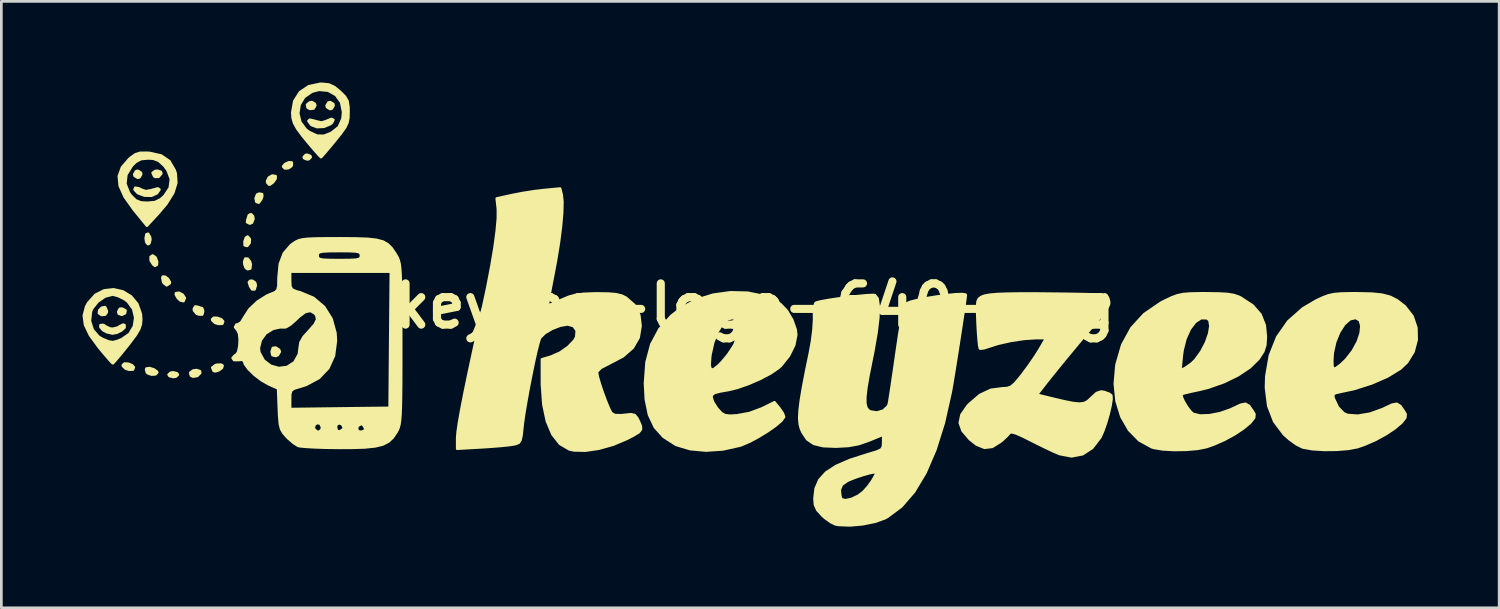
<source format=kicad_pcb>
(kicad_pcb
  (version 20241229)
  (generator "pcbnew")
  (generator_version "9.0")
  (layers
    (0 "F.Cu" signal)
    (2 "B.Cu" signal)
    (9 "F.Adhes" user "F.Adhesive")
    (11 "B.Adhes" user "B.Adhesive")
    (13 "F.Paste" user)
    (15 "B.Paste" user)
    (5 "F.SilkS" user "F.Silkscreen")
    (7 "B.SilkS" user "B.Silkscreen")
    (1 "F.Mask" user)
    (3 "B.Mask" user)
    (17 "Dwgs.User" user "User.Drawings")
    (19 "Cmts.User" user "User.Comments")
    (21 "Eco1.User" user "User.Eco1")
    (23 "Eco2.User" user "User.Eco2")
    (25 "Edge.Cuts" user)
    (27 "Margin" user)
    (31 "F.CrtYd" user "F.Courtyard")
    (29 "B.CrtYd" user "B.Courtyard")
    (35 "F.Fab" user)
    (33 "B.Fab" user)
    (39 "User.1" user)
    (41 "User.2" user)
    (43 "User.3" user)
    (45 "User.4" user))
  (footprint "keyzee-logo-640-neg"
    (layer "F.Cu")
    (at 24.859 8.26)
    (property "Reference" "keyzee-logo-640-neg" (at 0 0 0) (layer "F.SilkS") (effects (font (size 1.524 1.524) (thickness 0.3))))
    (attr through_hole)
    (fp_poly (pts (xy -23.27 0.171) (xy -23.29 0.268) (xy -23.406 0.324) (xy -23.519 0.283) (xy -23.537 0.212) (xy -23.476 0.105) (xy -23.389 0.101) (xy -23.27 0.171)) (stroke (width 0.1) (type solid)) (fill yes) (layer "F.SilkS"))
    (fp_poly (pts (xy -22.691 -4.868) (xy -22.758 -4.756) (xy -22.818 -4.741) (xy -22.93 -4.809) (xy -22.945 -4.868) (xy -22.877 -4.981) (xy -22.818 -4.995) (xy -22.705 -4.928) (xy -22.691 -4.868)) (stroke (width 0.1) (type solid)) (fill yes) (layer "F.SilkS"))
    (fp_poly (pts (xy -22.352 -2.45) (xy -22.388 -2.315) (xy -22.437 -2.286) (xy -22.5 -2.359) (xy -22.521 -2.503) (xy -22.494 -2.647) (xy -22.437 -2.667) (xy -22.366 -2.548) (xy -22.352 -2.45)) (stroke (width 0.1) (type solid)) (fill yes) (layer "F.SilkS"))
    (fp_poly (pts (xy -22.104 -1.638) (xy -22.112 -1.524) (xy -22.181 -1.487) (xy -22.247 -1.538) (xy -22.337 -1.684) (xy -22.339 -1.814) (xy -22.265 -1.863) (xy -22.162 -1.792) (xy -22.104 -1.638)) (stroke (width 0.1) (type solid)) (fill yes) (layer "F.SilkS"))
    (fp_poly (pts (xy -21.948 -4.895) (xy -22.047 -4.778) (xy -22.178 -4.773) (xy -22.209 -4.796) (xy -22.265 -4.917) (xy -22.17 -4.988) (xy -22.091 -4.995) (xy -21.964 -4.956) (xy -21.948 -4.895)) (stroke (width 0.1) (type solid)) (fill yes) (layer "F.SilkS"))
    (fp_poly (pts (xy -21.336 2.54) (xy -21.407 2.609) (xy -21.505 2.625) (xy -21.643 2.589) (xy -21.675 2.54) (xy -21.604 2.471) (xy -21.505 2.455) (xy -21.368 2.491) (xy -21.336 2.54)) (stroke (width 0.1) (type solid)) (fill yes) (layer "F.SilkS"))
    (fp_poly (pts (xy -20.51 2.477) (xy -20.615 2.584) (xy -20.771 2.611) (xy -20.851 2.573) (xy -20.876 2.47) (xy -20.773 2.39) (xy -20.647 2.371) (xy -20.521 2.412) (xy -20.51 2.477)) (stroke (width 0.1) (type solid)) (fill yes) (layer "F.SilkS"))
    (fp_poly (pts (xy -18.678 -2.474) (xy -18.684 -2.333) (xy -18.766 -2.227) (xy -18.782 -2.22) (xy -18.864 -2.247) (xy -18.867 -2.382) (xy -18.815 -2.527) (xy -18.754 -2.561) (xy -18.678 -2.474)) (stroke (width 0.1) (type solid)) (fill yes) (layer "F.SilkS"))
    (fp_poly (pts (xy -18.457 -0.762) (xy -18.499 -0.616) (xy -18.588 -0.616) (xy -18.66 -0.727) (xy -18.706 -0.877) (xy -18.662 -0.927) (xy -18.584 -0.931) (xy -18.481 -0.861) (xy -18.457 -0.762)) (stroke (width 0.1) (type solid)) (fill yes) (layer "F.SilkS"))
    (fp_poly (pts (xy -18.218 -4.049) (xy -18.255 -3.944) (xy -18.346 -3.821) (xy -18.43 -3.851) (xy -18.457 -3.979) (xy -18.404 -4.117) (xy -18.33 -4.149) (xy -18.223 -4.133) (xy -18.218 -4.049)) (stroke (width 0.1) (type solid)) (fill yes) (layer "F.SilkS"))
    (fp_poly (pts (xy -17.568 1.693) (xy -17.639 1.813) (xy -17.716 1.847) (xy -17.837 1.817) (xy -17.865 1.693) (xy -17.822 1.554) (xy -17.716 1.54) (xy -17.591 1.624) (xy -17.568 1.693)) (stroke (width 0.1) (type solid)) (fill yes) (layer "F.SilkS"))
    (fp_poly (pts (xy -16.425 -5.503) (xy -16.494 -5.428) (xy -16.552 -5.419) (xy -16.665 -5.464) (xy -16.679 -5.503) (xy -16.611 -5.578) (xy -16.552 -5.588) (xy -16.44 -5.542) (xy -16.425 -5.503)) (stroke (width 0.1) (type solid)) (fill yes) (layer "F.SilkS"))
    (fp_poly (pts (xy -16.256 -7.408) (xy -16.319 -7.302) (xy -16.453 -7.287) (xy -16.536 -7.335) (xy -16.556 -7.439) (xy -16.459 -7.521) (xy -16.378 -7.535) (xy -16.27 -7.467) (xy -16.256 -7.408)) (stroke (width 0.1) (type solid)) (fill yes) (layer "F.SilkS"))
    (fp_poly (pts (xy -15.579 -7.408) (xy -15.646 -7.296) (xy -15.706 -7.281) (xy -15.818 -7.349) (xy -15.833 -7.408) (xy -15.765 -7.521) (xy -15.706 -7.535) (xy -15.593 -7.468) (xy -15.579 -7.408)) (stroke (width 0.1) (type solid)) (fill yes) (layer "F.SilkS"))
    (fp_poly (pts (xy -23.961 0.226) (xy -24.023 0.319) (xy -24.152 0.332) (xy -24.251 0.264) (xy -24.239 0.161) (xy -24.144 0.067) (xy -24.037 0.044) (xy -24.016 0.057) (xy -23.964 0.185) (xy -23.961 0.226)) (stroke (width 0.1) (type solid)) (fill yes) (layer "F.SilkS"))
    (fp_poly (pts (xy -22.965 2.265) (xy -22.995 2.35) (xy -23.138 2.353) (xy -23.262 2.315) (xy -23.36 2.223) (xy -23.368 2.188) (xy -23.305 2.131) (xy -23.167 2.137) (xy -23.028 2.194) (xy -22.965 2.265)) (stroke (width 0.1) (type solid)) (fill yes) (layer "F.SilkS"))
    (fp_poly (pts (xy -21.632 -0.879) (xy -21.638 -0.837) (xy -21.746 -0.765) (xy -21.853 -0.846) (xy -21.879 -0.901) (xy -21.904 -1.041) (xy -21.89 -1.083) (xy -21.801 -1.078) (xy -21.694 -0.988) (xy -21.632 -0.879)) (stroke (width 0.1) (type solid)) (fill yes) (layer "F.SilkS"))
    (fp_poly (pts (xy -21.082 -0.287) (xy -21.127 -0.18) (xy -21.241 -0.206) (xy -21.338 -0.298) (xy -21.407 -0.422) (xy -21.403 -0.47) (xy -21.29 -0.485) (xy -21.156 -0.412) (xy -21.083 -0.3) (xy -21.082 -0.287)) (stroke (width 0.1) (type solid)) (fill yes) (layer "F.SilkS"))
    (fp_poly (pts (xy -19.683 2.205) (xy -19.708 2.291) (xy -19.823 2.375) (xy -19.954 2.414) (xy -20.013 2.396) (xy -20.06 2.278) (xy -19.944 2.191) (xy -19.897 2.177) (xy -19.74 2.171) (xy -19.683 2.205)) (stroke (width 0.1) (type solid)) (fill yes) (layer "F.SilkS"))
    (fp_poly (pts (xy -19.663 0.572) (xy -19.693 0.656) (xy -19.836 0.66) (xy -19.96 0.621) (xy -20.058 0.529) (xy -20.066 0.495) (xy -20.003 0.438) (xy -19.865 0.444) (xy -19.726 0.5) (xy -19.663 0.572)) (stroke (width 0.1) (type solid)) (fill yes) (layer "F.SilkS"))
    (fp_poly (pts (xy -18.642 -1.539) (xy -18.661 -1.385) (xy -18.755 -1.361) (xy -18.824 -1.411) (xy -18.872 -1.535) (xy -18.881 -1.63) (xy -18.841 -1.747) (xy -18.754 -1.744) (xy -18.67 -1.639) (xy -18.642 -1.539)) (stroke (width 0.1) (type solid)) (fill yes) (layer "F.SilkS"))
    (fp_poly (pts (xy -22.098 2.461) (xy -22.164 2.526) (xy -22.306 2.535) (xy -22.444 2.488) (xy -22.482 2.45) (xy -22.506 2.336) (xy -22.494 2.315) (xy -22.383 2.299) (xy -22.226 2.347) (xy -22.112 2.426) (xy -22.098 2.461)) (stroke (width 0.1) (type solid)) (fill yes) (layer "F.SilkS"))
    (fp_poly (pts (xy -18.542 -3.217) (xy -18.599 -3.076) (xy -18.678 -3.048) (xy -18.774 -3.098) (xy -18.763 -3.182) (xy -18.718 -3.317) (xy -18.711 -3.351) (xy -18.646 -3.386) (xy -18.627 -3.387) (xy -18.558 -3.316) (xy -18.542 -3.217)) (stroke (width 0.1) (type solid)) (fill yes) (layer "F.SilkS"))
    (fp_poly (pts (xy -17.722 -4.796) (xy -17.726 -4.703) (xy -17.812 -4.579) (xy -17.925 -4.494) (xy -17.96 -4.487) (xy -18.025 -4.556) (xy -18.034 -4.617) (xy -17.973 -4.743) (xy -17.843 -4.818) (xy -17.723 -4.798) (xy -17.722 -4.796)) (stroke (width 0.1) (type solid)) (fill yes) (layer "F.SilkS"))
    (fp_poly (pts (xy -17.124 -5.299) (xy -17.124 -5.204) (xy -17.142 -5.17) (xy -17.248 -5.095) (xy -17.376 -5.087) (xy -17.441 -5.152) (xy -17.441 -5.156) (xy -17.375 -5.242) (xy -17.239 -5.306) (xy -17.129 -5.303) (xy -17.124 -5.299)) (stroke (width 0.1) (type solid)) (fill yes) (layer "F.SilkS"))
    (fp_poly (pts (xy -20.405 0.212) (xy -20.436 0.316) (xy -20.557 0.312) (xy -20.637 0.283) (xy -20.733 0.171) (xy -20.743 0.111) (xy -20.69 0.022) (xy -20.609 0.033) (xy -20.474 0.078) (xy -20.44 0.085) (xy -20.409 0.154) (xy -20.405 0.212)) (stroke (width 0.1) (type solid)) (fill yes) (layer "F.SilkS"))
    (fp_poly (pts (xy -22.017 -4.303) (xy -22.102 -4.179) (xy -22.115 -4.166) (xy -22.306 -4.078) (xy -22.56 -4.08) (xy -22.799 -4.168) (xy -22.823 -4.184) (xy -22.933 -4.304) (xy -22.907 -4.368) (xy -22.776 -4.345) (xy -22.701 -4.305) (xy -22.52 -4.239) (xy -22.305 -4.278) (xy -22.269 -4.291) (xy -22.075 -4.342) (xy -22.017 -4.303)) (stroke (width 0.1) (type solid)) (fill yes) (layer "F.SilkS"))
    (fp_poly (pts (xy -15.586 -6.878) (xy -15.638 -6.777) (xy -15.701 -6.724) (xy -15.933 -6.626) (xy -16.189 -6.614) (xy -16.392 -6.691) (xy -16.408 -6.706) (xy -16.505 -6.836) (xy -16.458 -6.882) (xy -16.275 -6.839) (xy -16.254 -6.831) (xy -16.027 -6.778) (xy -15.847 -6.83) (xy -15.823 -6.845) (xy -15.657 -6.911) (xy -15.586 -6.878)) (stroke (width 0.1) (type solid)) (fill yes) (layer "F.SilkS"))
    (fp_poly (pts (xy -23.306 0.711) (xy -23.309 0.8) (xy -23.422 0.904) (xy -23.593 0.987) (xy -23.749 1.016) (xy -23.962 0.966) (xy -24.093 0.896) (xy -24.194 0.782) (xy -24.192 0.711) (xy -24.087 0.704) (xy -24.027 0.746) (xy -23.863 0.83) (xy -23.749 0.847) (xy -23.555 0.802) (xy -23.471 0.746) (xy -23.353 0.692) (xy -23.306 0.711)) (stroke (width 0.1) (type solid)) (fill yes) (layer "F.SilkS"))
    (fp_poly (pts (xy -21.393 -4.552) (xy -21.506 -4.183) (xy -21.589 -4.05) (xy -21.589 -4.689) (xy -21.713 -5.021) (xy -21.835 -5.183) (xy -22.035 -5.368) (xy -22.241 -5.445) (xy -22.437 -5.457) (xy -22.7 -5.431) (xy -22.895 -5.325) (xy -23.038 -5.183) (xy -23.241 -4.853) (xy -23.277 -4.514) (xy -23.145 -4.179) (xy -23.064 -4.07) (xy -22.89 -3.9) (xy -22.7 -3.825) (xy -22.465 -3.81) (xy -22.179 -3.837) (xy -21.969 -3.941) (xy -21.837 -4.057) (xy -21.631 -4.363) (xy -21.589 -4.689) (xy -21.589 -4.05) (xy -21.762 -3.773) (xy -22.069 -3.411) (xy -22.479 -2.97) (xy -22.963 -3.564) (xy -23.297 -4.032) (xy -23.48 -4.438) (xy -23.514 -4.797) (xy -23.398 -5.123) (xy -23.135 -5.429) (xy -23.086 -5.472) (xy -22.903 -5.603) (xy -22.721 -5.659) (xy -22.466 -5.66) (xy -22.376 -5.654) (xy -21.953 -5.559) (xy -21.65 -5.351) (xy -21.455 -5.018) (xy -21.416 -4.894) (xy -21.393 -4.552)) (stroke (width 0.1) (type solid)) (fill yes) (layer "F.SilkS"))
    (fp_poly (pts (xy -22.691 0.491) (xy -22.706 0.676) (xy -22.765 0.854) (xy -22.889 1.065) (xy -22.907 1.089) (xy -22.907 0.431) (xy -22.982 0.112) (xy -23.182 -0.162) (xy -23.313 -0.26) (xy -23.538 -0.37) (xy -23.733 -0.422) (xy -23.749 -0.423) (xy -24.029 -0.35) (xy -24.3 -0.163) (xy -24.502 0.09) (xy -24.549 0.198) (xy -24.588 0.554) (xy -24.485 0.884) (xy -24.26 1.142) (xy -24.112 1.227) (xy -23.89 1.317) (xy -23.738 1.341) (xy -23.573 1.299) (xy -23.405 1.231) (xy -23.121 1.033) (xy -22.954 0.752) (xy -22.907 0.431) (xy -22.907 1.089) (xy -23.099 1.348) (xy -23.2 1.476) (xy -23.42 1.75) (xy -23.6 1.965) (xy -23.714 2.094) (xy -23.74 2.117) (xy -23.804 2.056) (xy -23.949 1.892) (xy -24.148 1.656) (xy -24.258 1.523) (xy -24.581 1.079) (xy -24.763 0.699) (xy -24.809 0.358) (xy -24.726 0.035) (xy -24.648 -0.111) (xy -24.381 -0.41) (xy -24.058 -0.573) (xy -23.71 -0.612) (xy -23.369 -0.535) (xy -23.067 -0.352) (xy -22.836 -0.074) (xy -22.707 0.291) (xy -22.691 0.491)) (stroke (width 0.1) (type solid)) (fill yes) (layer "F.SilkS"))
    (fp_poly (pts (xy -15.028 -7.175) (xy -15.035 -6.949) (xy -15.07 -6.772) (xy -15.153 -6.598) (xy -15.223 -6.5) (xy -15.223 -7.167) (xy -15.295 -7.528) (xy -15.49 -7.8) (xy -15.776 -7.962) (xy -16.119 -7.993) (xy -16.379 -7.924) (xy -16.668 -7.724) (xy -16.838 -7.442) (xy -16.887 -7.12) (xy -16.812 -6.801) (xy -16.61 -6.525) (xy -16.48 -6.428) (xy -16.191 -6.293) (xy -15.934 -6.287) (xy -15.662 -6.393) (xy -15.386 -6.611) (xy -15.247 -6.919) (xy -15.223 -7.167) (xy -15.223 -6.5) (xy -15.307 -6.381) (xy -15.525 -6.11) (xy -15.743 -5.846) (xy -15.918 -5.64) (xy -16.024 -5.521) (xy -16.044 -5.503) (xy -16.105 -5.563) (xy -16.245 -5.719) (xy -16.434 -5.939) (xy -16.442 -5.948) (xy -16.729 -6.296) (xy -16.92 -6.555) (xy -17.033 -6.759) (xy -17.087 -6.941) (xy -17.102 -7.137) (xy -17.102 -7.152) (xy -17.028 -7.572) (xy -16.82 -7.9) (xy -16.497 -8.118) (xy -16.075 -8.208) (xy -16.022 -8.21) (xy -15.761 -8.186) (xy -15.548 -8.089) (xy -15.345 -7.923) (xy -15.158 -7.735) (xy -15.064 -7.57) (xy -15.031 -7.353) (xy -15.028 -7.175)) (stroke (width 0.1) (type solid)) (fill yes) (layer "F.SilkS"))
    (fp_poly (pts (xy 1.522 1.064) (xy 1.448 1.444) (xy 1.252 1.842) (xy 0.964 2.202) (xy 0.867 2.291) (xy 0.583 2.486) (xy 0.193 2.692) (xy -0.243 2.881) (xy -0.606 3.008) (xy -0.606 0.834) (xy -0.639 0.596) (xy -0.742 0.455) (xy -0.789 0.438) (xy -1 0.479) (xy -1.207 0.661) (xy -1.394 0.96) (xy -1.547 1.347) (xy -1.648 1.796) (xy -1.66 1.891) (xy -1.68 2.197) (xy -1.641 2.348) (xy -1.534 2.348) (xy -1.349 2.202) (xy -1.214 2.065) (xy -0.996 1.8) (xy -0.801 1.508) (xy -0.754 1.424) (xy -0.644 1.125) (xy -0.606 0.834) (xy -0.606 3.008) (xy -0.666 3.029) (xy -0.96 3.1) (xy -1.288 3.158) (xy -1.482 3.208) (xy -1.577 3.265) (xy -1.607 3.343) (xy -1.609 3.382) (xy -1.556 3.547) (xy -1.426 3.756) (xy -1.382 3.813) (xy -1.24 3.966) (xy -1.108 4.041) (xy -0.922 4.06) (xy -0.674 4.047) (xy -0.205 3.962) (xy 0.254 3.791) (xy 0.263 3.787) (xy 0.718 3.562) (xy 0.906 3.792) (xy 1.026 3.968) (xy 1.072 4.096) (xy 1.071 4.106) (xy 0.972 4.242) (xy 0.757 4.425) (xy 0.465 4.631) (xy 0.132 4.835) (xy -0.202 5.014) (xy -0.502 5.142) (xy -0.56 5.161) (xy -1.184 5.3) (xy -1.812 5.343) (xy -2.397 5.289) (xy -2.893 5.14) (xy -2.949 5.114) (xy -3.383 4.834) (xy -3.702 4.477) (xy -3.916 4.022) (xy -4.033 3.453) (xy -4.064 2.854) (xy -4.007 2.081) (xy -3.831 1.419) (xy -3.528 0.852) (xy -3.09 0.364) (xy -2.706 0.066) (xy -2.162 -0.224) (xy -1.549 -0.414) (xy -0.907 -0.502) (xy -0.273 -0.487) (xy 0.317 -0.368) (xy 0.823 -0.143) (xy 0.946 -0.06) (xy 1.179 0.185) (xy 1.376 0.52) (xy 1.499 0.871) (xy 1.522 1.064)) (stroke (width 0.1) (type solid)) (fill yes) (layer "F.SilkS"))
    (fp_poly (pts (xy 24.457 1.252) (xy 24.341 1.69) (xy 24.1 2.083) (xy 23.856 2.313) (xy 23.383 2.603) (xy 22.796 2.86) (xy 22.418 2.98) (xy 22.418 0.735) (xy 22.361 0.535) (xy 22.211 0.44) (xy 22.205 0.439) (xy 21.991 0.488) (xy 21.782 0.674) (xy 21.594 0.964) (xy 21.446 1.326) (xy 21.355 1.728) (xy 21.336 2.008) (xy 21.344 2.232) (xy 21.379 2.322) (xy 21.459 2.309) (xy 21.484 2.296) (xy 21.64 2.182) (xy 21.828 2.005) (xy 21.856 1.976) (xy 22.101 1.661) (xy 22.282 1.329) (xy 22.39 1.01) (xy 22.418 0.735) (xy 22.418 2.98) (xy 22.151 3.065) (xy 21.649 3.173) (xy 21.443 3.22) (xy 21.368 3.288) (xy 21.386 3.412) (xy 21.545 3.748) (xy 21.761 3.97) (xy 21.902 4.033) (xy 22.28 4.06) (xy 22.73 3.985) (xy 23.195 3.818) (xy 23.279 3.778) (xy 23.549 3.651) (xy 23.722 3.619) (xy 23.851 3.697) (xy 23.99 3.899) (xy 24.048 3.997) (xy 24.036 4.133) (xy 23.894 4.313) (xy 23.648 4.52) (xy 23.326 4.735) (xy 22.953 4.94) (xy 22.556 5.116) (xy 22.28 5.213) (xy 21.943 5.279) (xy 21.51 5.314) (xy 21.045 5.319) (xy 20.611 5.292) (xy 20.271 5.233) (xy 20.235 5.223) (xy 20.015 5.111) (xy 19.749 4.919) (xy 19.551 4.742) (xy 19.195 4.268) (xy 18.975 3.696) (xy 18.891 3.022) (xy 18.903 2.604) (xy 19.036 1.829) (xy 19.308 1.149) (xy 19.715 0.568) (xy 20.254 0.091) (xy 20.737 -0.193) (xy 20.989 -0.312) (xy 21.198 -0.39) (xy 21.412 -0.436) (xy 21.677 -0.458) (xy 22.041 -0.465) (xy 22.267 -0.465) (xy 22.786 -0.454) (xy 23.177 -0.415) (xy 23.481 -0.335) (xy 23.737 -0.204) (xy 23.987 -0.01) (xy 24.032 0.031) (xy 24.306 0.386) (xy 24.447 0.805) (xy 24.457 1.252)) (stroke (width 0.1) (type solid)) (fill yes) (layer "F.SilkS"))
    (fp_poly (pts (xy 18.881 1.132) (xy 18.862 1.445) (xy 18.787 1.681) (xy 18.624 1.934) (xy 18.602 1.962) (xy 18.294 2.266) (xy 17.857 2.558) (xy 17.332 2.814) (xy 16.836 2.989) (xy 16.836 0.745) (xy 16.804 0.538) (xy 16.716 0.452) (xy 16.492 0.447) (xy 16.272 0.588) (xy 16.073 0.85) (xy 15.91 1.209) (xy 15.8 1.642) (xy 15.77 1.874) (xy 15.723 2.39) (xy 15.922 2.283) (xy 16.137 2.132) (xy 16.276 1.998) (xy 16.499 1.69) (xy 16.674 1.355) (xy 16.789 1.029) (xy 16.836 0.745) (xy 16.836 2.989) (xy 16.761 3.016) (xy 16.427 3.098) (xy 16.122 3.163) (xy 15.888 3.219) (xy 15.77 3.254) (xy 15.764 3.258) (xy 15.769 3.358) (xy 15.848 3.536) (xy 15.969 3.738) (xy 16.101 3.91) (xy 16.195 3.992) (xy 16.447 4.053) (xy 16.798 4.042) (xy 17.193 3.965) (xy 17.582 3.83) (xy 17.685 3.781) (xy 17.956 3.653) (xy 18.131 3.619) (xy 18.26 3.694) (xy 18.397 3.891) (xy 18.46 3.997) (xy 18.448 4.133) (xy 18.306 4.313) (xy 18.06 4.52) (xy 17.738 4.735) (xy 17.365 4.94) (xy 16.968 5.116) (xy 16.692 5.213) (xy 16.361 5.279) (xy 15.942 5.315) (xy 15.493 5.322) (xy 15.073 5.298) (xy 14.743 5.244) (xy 14.668 5.221) (xy 14.205 4.967) (xy 13.828 4.584) (xy 13.546 4.093) (xy 13.368 3.518) (xy 13.303 2.88) (xy 13.361 2.202) (xy 13.367 2.168) (xy 13.578 1.439) (xy 13.917 0.819) (xy 14.389 0.303) (xy 14.998 -0.114) (xy 15.155 -0.196) (xy 15.405 -0.313) (xy 15.613 -0.391) (xy 15.826 -0.436) (xy 16.092 -0.458) (xy 16.458 -0.465) (xy 16.679 -0.465) (xy 17.139 -0.459) (xy 17.468 -0.44) (xy 17.704 -0.401) (xy 17.886 -0.338) (xy 17.949 -0.307) (xy 18.393 -0.016) (xy 18.684 0.316) (xy 18.841 0.716) (xy 18.881 1.132)) (stroke (width 0.1) (type solid)) (fill yes) (layer "F.SilkS"))
    (fp_poly (pts (xy 13.178 3.438) (xy 13.141 3.682) (xy 13.069 3.992) (xy 12.974 4.322) (xy 12.868 4.624) (xy 12.765 4.854) (xy 12.761 4.86) (xy 12.465 5.245) (xy 12.107 5.479) (xy 11.701 5.556) (xy 11.261 5.471) (xy 11.251 5.467) (xy 11.033 5.374) (xy 10.723 5.228) (xy 10.376 5.057) (xy 10.271 5.004) (xy 9.899 4.818) (xy 9.649 4.707) (xy 9.495 4.665) (xy 9.412 4.682) (xy 9.384 4.72) (xy 9.306 4.809) (xy 9.145 4.957) (xy 9.074 5.016) (xy 8.77 5.205) (xy 8.483 5.24) (xy 8.187 5.119) (xy 7.938 4.921) (xy 7.674 4.612) (xy 7.572 4.32) (xy 7.633 4.022) (xy 7.856 3.7) (xy 7.921 3.631) (xy 8.317 3.291) (xy 8.721 3.103) (xy 9.141 3.048) (xy 9.323 3.038) (xy 9.464 2.988) (xy 9.605 2.869) (xy 9.788 2.654) (xy 9.885 2.531) (xy 10.124 2.209) (xy 10.357 1.871) (xy 10.527 1.6) (xy 10.767 1.185) (xy 10.394 1.185) (xy 9.949 1.214) (xy 9.447 1.29) (xy 8.971 1.398) (xy 8.689 1.489) (xy 8.475 1.558) (xy 8.335 1.577) (xy 8.315 1.57) (xy 8.293 1.472) (xy 8.268 1.241) (xy 8.245 0.917) (xy 8.23 0.644) (xy 8.215 0.249) (xy 8.213 -0.011) (xy 8.231 -0.169) (xy 8.274 -0.261) (xy 8.348 -0.32) (xy 8.389 -0.342) (xy 8.505 -0.383) (xy 8.691 -0.415) (xy 8.964 -0.438) (xy 9.338 -0.452) (xy 9.829 -0.459) (xy 10.452 -0.458) (xy 11.221 -0.45) (xy 11.611 -0.445) (xy 12.129 -0.436) (xy 12.502 -0.426) (xy 12.756 -0.411) (xy 12.915 -0.387) (xy 13.003 -0.35) (xy 13.047 -0.298) (xy 13.068 -0.234) (xy 13.087 -0.157) (xy 13.088 -0.086) (xy 13.058 -0.000098) (xy 12.983 0.121) (xy 12.851 0.297) (xy 12.646 0.55) (xy 12.355 0.898) (xy 12.103 1.197) (xy 11.77 1.596) (xy 11.433 2.005) (xy 11.127 2.38) (xy 10.888 2.677) (xy 10.854 2.72) (xy 10.415 3.282) (xy 10.943 3.411) (xy 11.417 3.524) (xy 11.758 3.592) (xy 11.998 3.615) (xy 12.168 3.593) (xy 12.299 3.525) (xy 12.423 3.412) (xy 12.442 3.391) (xy 12.631 3.22) (xy 12.791 3.166) (xy 12.907 3.181) (xy 13.086 3.247) (xy 13.169 3.307) (xy 13.178 3.438)) (stroke (width 0.1) (type solid)) (fill yes) (layer "F.SilkS"))
    (fp_poly (pts (xy -4.216 4.561) (xy -4.299 4.666) (xy -4.493 4.785) (xy -4.739 4.912) (xy -5.246 5.126) (xy -5.771 5.273) (xy -6.267 5.346) (xy -6.69 5.337) (xy -6.868 5.297) (xy -7.21 5.095) (xy -7.485 4.746) (xy -7.69 4.259) (xy -7.821 3.642) (xy -7.873 2.907) (xy -7.874 2.79) (xy -7.874 1.974) (xy -7.539 1.874) (xy -7.213 1.731) (xy -6.909 1.52) (xy -6.683 1.285) (xy -6.606 1.15) (xy -6.586 0.912) (xy -6.703 0.742) (xy -6.924 0.679) (xy -7.202 0.726) (xy -7.502 0.843) (xy -7.767 0.999) (xy -7.937 1.166) (xy -7.957 1.202) (xy -8.014 1.386) (xy -8.092 1.7) (xy -8.183 2.11) (xy -8.279 2.58) (xy -8.375 3.074) (xy -8.462 3.557) (xy -8.535 3.991) (xy -8.585 4.342) (xy -8.598 4.458) (xy -8.631 4.772) (xy -8.67 4.957) (xy -8.732 5.052) (xy -8.838 5.098) (xy -8.921 5.116) (xy -9.116 5.144) (xy -9.431 5.175) (xy -9.817 5.205) (xy -10.097 5.223) (xy -11.007 5.275) (xy -11.007 4.887) (xy -10.99 4.663) (xy -10.939 4.311) (xy -10.853 3.825) (xy -10.731 3.199) (xy -10.571 2.427) (xy -10.372 1.505) (xy -10.133 0.425) (xy -10.086 0.212) (xy -9.9 -0.653) (xy -9.747 -1.449) (xy -9.627 -2.159) (xy -9.545 -2.764) (xy -9.502 -3.244) (xy -9.502 -3.583) (xy -9.505 -3.611) (xy -9.546 -3.971) (xy -8.985 -4.096) (xy -8.587 -4.173) (xy -8.134 -4.243) (xy -7.815 -4.281) (xy -7.205 -4.339) (xy -7.148 -4.112) (xy -7.121 -3.846) (xy -7.131 -3.443) (xy -7.176 -2.929) (xy -7.253 -2.33) (xy -7.36 -1.673) (xy -7.444 -1.228) (xy -7.526 -0.803) (xy -7.594 -0.443) (xy -7.641 -0.177) (xy -7.662 -0.035) (xy -7.662 -0.02) (xy -7.584 -0.041) (xy -7.394 -0.117) (xy -7.146 -0.227) (xy -6.872 -0.341) (xy -6.619 -0.41) (xy -6.329 -0.446) (xy -5.941 -0.46) (xy -5.842 -0.461) (xy -5.426 -0.456) (xy -5.136 -0.431) (xy -4.929 -0.381) (xy -4.774 -0.306) (xy -4.458 -0.03) (xy -4.28 0.339) (xy -4.233 0.735) (xy -4.304 1.17) (xy -4.52 1.543) (xy -4.887 1.863) (xy -5.397 2.13) (xy -5.7 2.286) (xy -5.835 2.427) (xy -5.842 2.466) (xy -5.812 2.629) (xy -5.734 2.895) (xy -5.626 3.213) (xy -5.508 3.531) (xy -5.398 3.796) (xy -5.314 3.958) (xy -5.307 3.967) (xy -5.173 4.038) (xy -4.923 4.041) (xy -4.825 4.029) (xy -4.584 4.005) (xy -4.448 4.035) (xy -4.357 4.146) (xy -4.296 4.268) (xy -4.223 4.44) (xy -4.216 4.561)) (stroke (width 0.1) (type solid)) (fill yes) (layer "F.SilkS"))
    (fp_poly (pts (xy 7.789 -0.406) (xy 7.777 -0.29) (xy 7.742 -0.038) (xy 7.689 0.319) (xy 7.624 0.751) (xy 7.551 1.227) (xy 7.475 1.716) (xy 7.4 2.187) (xy 7.332 2.609) (xy 7.275 2.952) (xy 7.235 3.175) (xy 6.979 4.317) (xy 6.666 5.315) (xy 6.299 6.166) (xy 5.88 6.865) (xy 5.41 7.41) (xy 4.892 7.796) (xy 4.802 7.844) (xy 4.487 7.958) (xy 4.487 6.15) (xy 4.416 6.142) (xy 4.233 6.179) (xy 3.987 6.248) (xy 3.724 6.335) (xy 3.491 6.426) (xy 3.408 6.466) (xy 3.209 6.606) (xy 3.136 6.78) (xy 3.133 6.846) (xy 3.153 7.042) (xy 3.196 7.147) (xy 3.341 7.186) (xy 3.565 7.138) (xy 3.812 7.022) (xy 4.005 6.878) (xy 4.18 6.682) (xy 4.343 6.455) (xy 4.457 6.252) (xy 4.487 6.15) (xy 4.487 7.958) (xy 4.438 7.975) (xy 3.981 8.067) (xy 3.507 8.109) (xy 3.089 8.092) (xy 2.984 8.074) (xy 2.809 7.991) (xy 2.588 7.832) (xy 2.497 7.752) (xy 2.306 7.543) (xy 2.219 7.346) (xy 2.201 7.119) (xy 2.244 6.748) (xy 2.381 6.432) (xy 2.628 6.159) (xy 2.999 5.918) (xy 3.508 5.696) (xy 4.171 5.483) (xy 4.255 5.459) (xy 4.525 5.377) (xy 4.671 5.304) (xy 4.73 5.206) (xy 4.741 5.05) (xy 4.741 5.038) (xy 4.741 4.753) (xy 4.212 4.971) (xy 3.835 5.102) (xy 3.459 5.172) (xy 3.002 5.197) (xy 2.992 5.197) (xy 2.518 5.178) (xy 2.175 5.094) (xy 1.931 4.929) (xy 1.757 4.668) (xy 1.699 4.532) (xy 1.655 4.364) (xy 1.638 4.147) (xy 1.651 3.863) (xy 1.697 3.491) (xy 1.777 3.011) (xy 1.893 2.405) (xy 2.032 1.736) (xy 2.111 1.296) (xy 2.165 0.864) (xy 2.187 0.505) (xy 2.185 0.403) (xy 2.186 0.074) (xy 2.232 -0.097) (xy 2.264 -0.123) (xy 2.431 -0.166) (xy 2.712 -0.217) (xy 3.064 -0.27) (xy 3.446 -0.321) (xy 3.816 -0.364) (xy 4.133 -0.393) (xy 4.355 -0.404) (xy 4.433 -0.397) (xy 4.528 -0.272) (xy 4.569 0.006) (xy 4.556 0.427) (xy 4.491 0.983) (xy 4.372 1.667) (xy 4.317 1.94) (xy 4.195 2.551) (xy 4.114 3.018) (xy 4.075 3.363) (xy 4.075 3.605) (xy 4.115 3.765) (xy 4.193 3.864) (xy 4.257 3.902) (xy 4.505 3.942) (xy 4.746 3.87) (xy 4.915 3.71) (xy 4.95 3.622) (xy 4.975 3.482) (xy 5.019 3.202) (xy 5.077 2.812) (xy 5.147 2.34) (xy 5.222 1.815) (xy 5.238 1.705) (xy 5.34 1.015) (xy 5.43 0.492) (xy 5.507 0.135) (xy 5.572 -0.057) (xy 5.598 -0.091) (xy 5.758 -0.154) (xy 6.024 -0.221) (xy 6.359 -0.287) (xy 6.726 -0.347) (xy 7.089 -0.396) (xy 7.41 -0.428) (xy 7.652 -0.438) (xy 7.779 -0.42) (xy 7.789 -0.406)) (stroke (width 0.1) (type solid)) (fill yes) (layer "F.SilkS"))
    (fp_poly (pts (xy -13.081 1.397) (xy -13.081 2.186) (xy -13.083 2.824) (xy -13.088 3.33) (xy -13.095 3.72) (xy -13.107 4.015) (xy -13.125 4.231) (xy -13.148 4.387) (xy -13.179 4.502) (xy -13.219 4.594) (xy -13.253 4.657) (xy -13.39 4.86) (xy -13.459 4.926) (xy -13.459 -1.27) (xy -14.563 -1.27) (xy -14.563 -1.863) (xy -14.575 -1.941) (xy -14.632 -1.991) (xy -14.766 -2.018) (xy -15.008 -2.03) (xy -15.367 -2.032) (xy -15.741 -2.029) (xy -15.977 -2.017) (xy -16.106 -1.989) (xy -16.161 -1.938) (xy -16.171 -1.863) (xy -16.159 -1.784) (xy -16.102 -1.734) (xy -15.968 -1.707) (xy -15.726 -1.696) (xy -15.367 -1.693) (xy -14.993 -1.696) (xy -14.757 -1.708) (xy -14.628 -1.736) (xy -14.573 -1.787) (xy -14.563 -1.863) (xy -14.563 -1.27) (xy -15.323 -1.27) (xy -17.187 -1.27) (xy -17.187 -0.933) (xy -17.177 -0.722) (xy -17.117 -0.609) (xy -16.963 -0.54) (xy -16.817 -0.502) (xy -16.324 -0.297) (xy -15.933 0.034) (xy -15.657 0.471) (xy -15.513 0.993) (xy -15.494 1.28) (xy -15.566 1.838) (xy -15.777 2.301) (xy -16.122 2.662) (xy -16.183 2.695) (xy -16.183 0.499) (xy -16.213 0.345) (xy -16.273 0.271) (xy -16.435 0.179) (xy -16.626 0.22) (xy -16.866 0.4) (xy -16.969 0.501) (xy -17.168 0.678) (xy -17.334 0.78) (xy -17.406 0.79) (xy -17.556 0.786) (xy -17.78 0.834) (xy -17.827 0.848) (xy -18.088 1.009) (xy -18.272 1.263) (xy -18.345 1.554) (xy -18.324 1.721) (xy -18.161 2.017) (xy -17.906 2.213) (xy -17.604 2.298) (xy -17.296 2.259) (xy -17.028 2.085) (xy -17.024 2.081) (xy -16.859 1.786) (xy -16.832 1.575) (xy -16.801 1.352) (xy -16.686 1.147) (xy -16.502 0.943) (xy -16.276 0.689) (xy -16.183 0.499) (xy -16.183 2.695) (xy -16.596 2.916) (xy -16.794 2.978) (xy -17.03 3.048) (xy -17.146 3.127) (xy -17.184 3.267) (xy -17.187 3.448) (xy -17.187 3.813) (xy -15.346 3.79) (xy -13.504 3.768) (xy -13.482 1.249) (xy -13.459 -1.27) (xy -13.459 4.926) (xy -13.549 5.011) (xy -13.756 5.118) (xy -14.036 5.187) (xy -14.409 5.226) (xy -14.409 4.508) (xy -14.493 4.383) (xy -14.563 4.36) (xy -14.682 4.431) (xy -14.716 4.508) (xy -14.686 4.629) (xy -14.563 4.657) (xy -14.424 4.614) (xy -14.409 4.508) (xy -14.409 5.226) (xy -14.415 5.227) (xy -14.92 5.243) (xy -15.198 5.243) (xy -15.198 4.487) (xy -15.268 4.368) (xy -15.346 4.334) (xy -15.466 4.364) (xy -15.494 4.487) (xy -15.451 4.626) (xy -15.346 4.641) (xy -15.22 4.557) (xy -15.198 4.487) (xy -15.198 5.243) (xy -15.367 5.244) (xy -15.841 5.238) (xy -16.002 5.233) (xy -16.002 4.487) (xy -16.062 4.351) (xy -16.191 4.321) (xy -16.298 4.403) (xy -16.309 4.545) (xy -16.199 4.644) (xy -16.124 4.657) (xy -16.025 4.586) (xy -16.002 4.487) (xy -16.002 5.233) (xy -16.264 5.224) (xy -16.604 5.205) (xy -16.828 5.183) (xy -16.891 5.168) (xy -17.055 5.063) (xy -17.257 4.888) (xy -17.314 4.829) (xy -17.437 4.688) (xy -17.515 4.548) (xy -17.56 4.366) (xy -17.585 4.094) (xy -17.598 3.805) (xy -17.627 3.048) (xy -17.979 2.892) (xy -18.238 2.744) (xy -18.498 2.546) (xy -18.716 2.334) (xy -18.854 2.145) (xy -18.881 2.057) (xy -18.94 1.982) (xy -19.092 1.997) (xy -19.256 1.997) (xy -19.308 1.925) (xy -19.226 1.831) (xy -19.177 1.809) (xy -19.104 1.702) (xy -19.059 1.493) (xy -19.046 1.246) (xy -19.068 1.024) (xy -19.128 0.894) (xy -19.135 0.889) (xy -19.216 0.782) (xy -19.17 0.692) (xy -19.103 0.677) (xy -18.993 0.607) (xy -18.886 0.435) (xy -18.881 0.423) (xy -18.688 0.125) (xy -18.388 -0.16) (xy -18.038 -0.38) (xy -17.913 -0.433) (xy -17.744 -0.502) (xy -17.653 -0.584) (xy -17.617 -0.73) (xy -17.611 -0.988) (xy -17.611 -1.036) (xy -17.563 -1.551) (xy -17.415 -1.946) (xy -17.157 -2.244) (xy -17.091 -2.295) (xy -16.98 -2.369) (xy -16.867 -2.422) (xy -16.723 -2.458) (xy -16.52 -2.48) (xy -16.23 -2.492) (xy -15.824 -2.497) (xy -15.352 -2.498) (xy -14.765 -2.494) (xy -14.32 -2.478) (xy -13.991 -2.442) (xy -13.751 -2.377) (xy -13.572 -2.274) (xy -13.428 -2.127) (xy -13.293 -1.926) (xy -13.25 -1.854) (xy -13.205 -1.77) (xy -13.169 -1.674) (xy -13.14 -1.549) (xy -13.119 -1.376) (xy -13.103 -1.137) (xy -13.093 -0.814) (xy -13.086 -0.388) (xy -13.083 0.158) (xy -13.081 0.843) (xy -13.081 1.397)) (stroke (width 0.1) (type solid)) (fill yes) (layer "F.SilkS")))
  (gr_rect
    (start -3 -3)
    (end 52.367 19.419)
    (stroke (width 0.1) (type default))
    (fill no)
    (layer "Edge.Cuts")))
</source>
